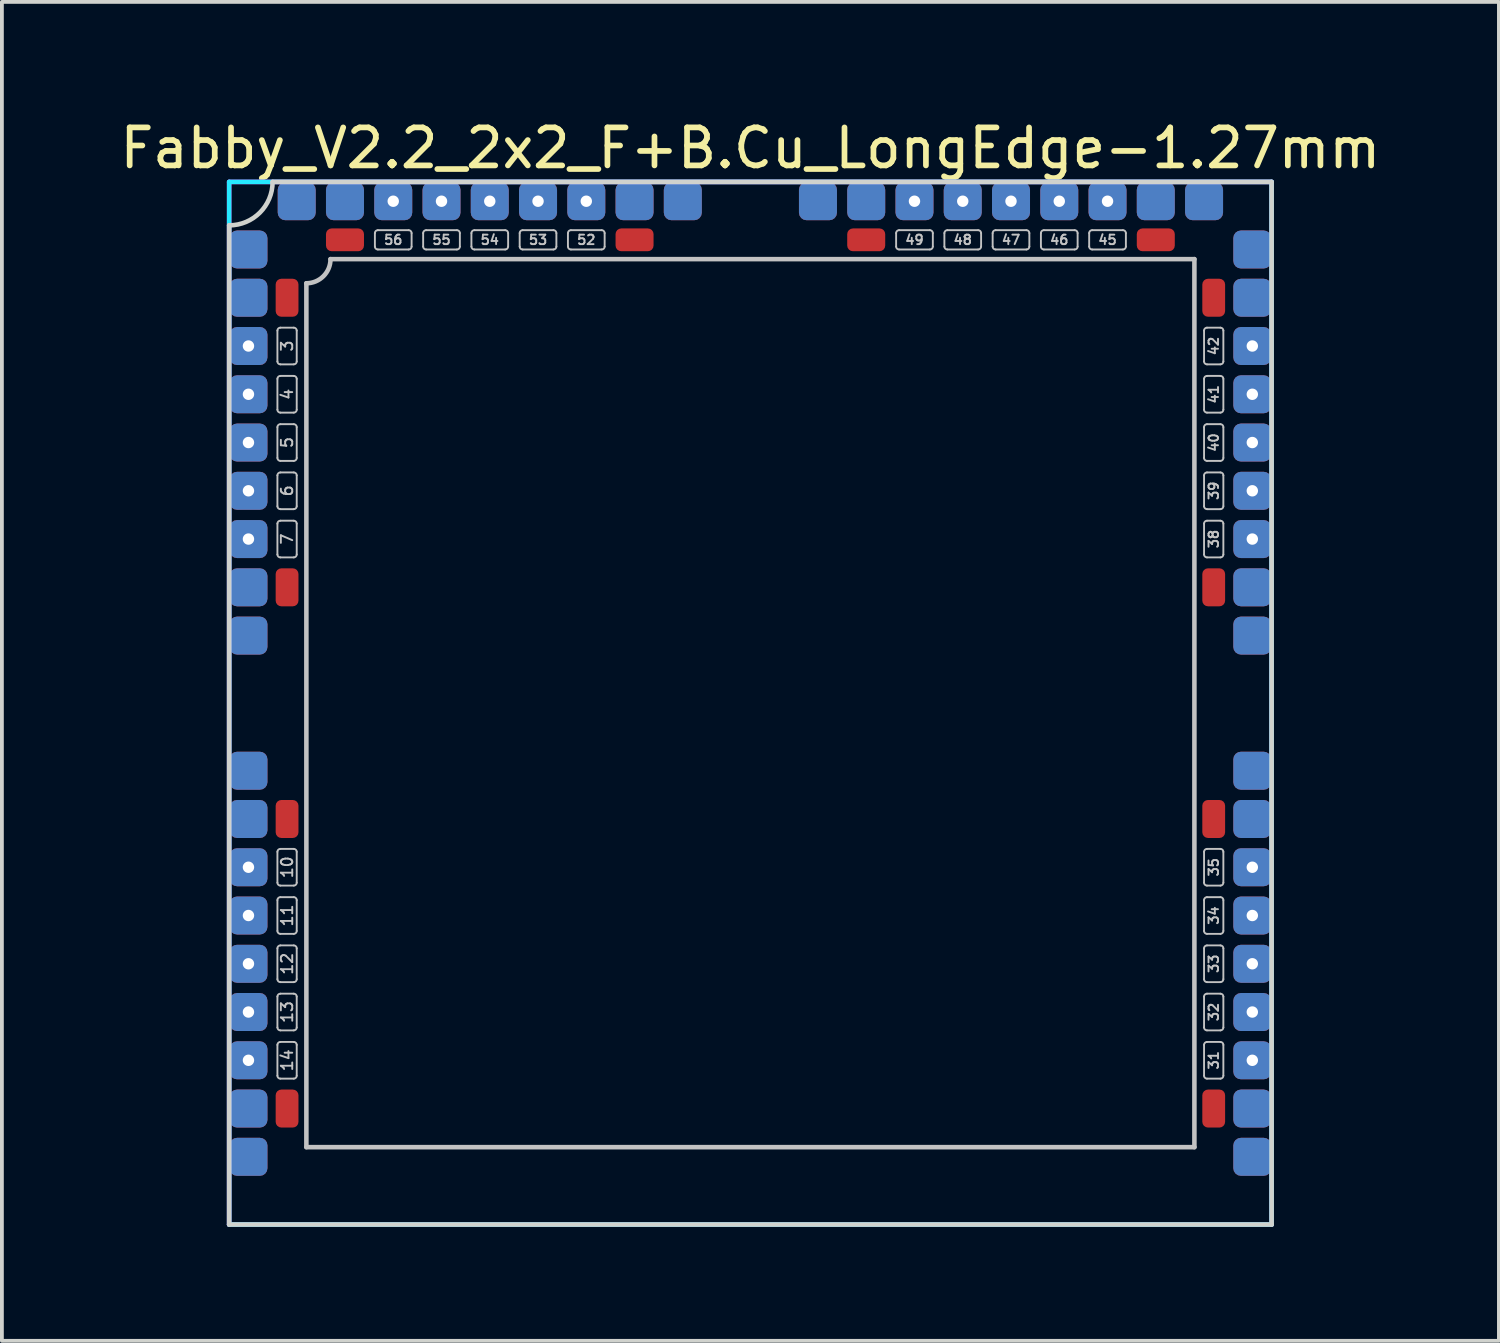
<source format=kicad_pcb>
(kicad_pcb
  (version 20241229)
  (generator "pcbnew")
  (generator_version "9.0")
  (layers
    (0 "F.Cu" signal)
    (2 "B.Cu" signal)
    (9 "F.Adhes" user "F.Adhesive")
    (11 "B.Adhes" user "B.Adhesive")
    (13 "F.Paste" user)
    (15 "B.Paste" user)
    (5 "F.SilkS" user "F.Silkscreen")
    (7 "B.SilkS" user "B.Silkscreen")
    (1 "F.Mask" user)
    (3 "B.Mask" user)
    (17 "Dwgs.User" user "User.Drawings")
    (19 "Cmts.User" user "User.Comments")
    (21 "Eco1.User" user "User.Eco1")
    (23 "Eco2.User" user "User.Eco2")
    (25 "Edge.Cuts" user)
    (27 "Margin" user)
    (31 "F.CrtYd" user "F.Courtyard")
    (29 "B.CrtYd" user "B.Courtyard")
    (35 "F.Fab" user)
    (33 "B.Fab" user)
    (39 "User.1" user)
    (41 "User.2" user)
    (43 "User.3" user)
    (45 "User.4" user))
  (footprint "Fabby_V2.2_2x2_F+B.Cu_LongEdge-1.27mm"
    (layer "F.Cu")
    (at 16.696 15.453)
    (property "Reference" "Fabby_V2.2_2x2_F+B.Cu_LongEdge-1.27mm" (at 0 -14.605 0) (layer "F.SilkS") (effects (font (size 1 1) (thickness 0.15))))
    (attr through_hole)
    (fp_line (start -12.446 -8.992) (end -12.446 -9.804) (stroke (width 0.05) (type solid)) (layer "Dwgs.User"))
    (fp_line (start -12.446 -7.722) (end -12.446 -8.534) (stroke (width 0.05) (type solid)) (layer "Dwgs.User"))
    (fp_line (start -12.446 -6.452) (end -12.446 -7.264) (stroke (width 0.05) (type solid)) (layer "Dwgs.User"))
    (fp_line (start -12.446 -5.182) (end -12.446 -5.994) (stroke (width 0.05) (type solid)) (layer "Dwgs.User"))
    (fp_line (start -12.446 -3.912) (end -12.446 -4.724) (stroke (width 0.05) (type solid)) (layer "Dwgs.User"))
    (fp_line (start -12.446 4.724) (end -12.446 3.912) (stroke (width 0.05) (type solid)) (layer "Dwgs.User"))
    (fp_line (start -12.446 5.994) (end -12.446 5.182) (stroke (width 0.05) (type solid)) (layer "Dwgs.User"))
    (fp_line (start -12.446 7.264) (end -12.446 6.452) (stroke (width 0.05) (type solid)) (layer "Dwgs.User"))
    (fp_line (start -12.446 8.534) (end -12.446 7.722) (stroke (width 0.05) (type solid)) (layer "Dwgs.User"))
    (fp_line (start -12.446 9.804) (end -12.446 8.992) (stroke (width 0.05) (type solid)) (layer "Dwgs.User"))
    (fp_line (start -12.37 -9.881) (end -12.014 -9.881) (stroke (width 0.05) (type solid)) (layer "Dwgs.User"))
    (fp_line (start -12.37 -8.915) (end -12.014 -8.915) (stroke (width 0.05) (type solid)) (layer "Dwgs.User"))
    (fp_line (start -12.37 -8.611) (end -12.014 -8.611) (stroke (width 0.05) (type solid)) (layer "Dwgs.User"))
    (fp_line (start -12.37 -7.645) (end -12.014 -7.645) (stroke (width 0.05) (type solid)) (layer "Dwgs.User"))
    (fp_line (start -12.37 -7.341) (end -12.014 -7.341) (stroke (width 0.05) (type solid)) (layer "Dwgs.User"))
    (fp_line (start -12.37 -6.375) (end -12.014 -6.375) (stroke (width 0.05) (type solid)) (layer "Dwgs.User"))
    (fp_line (start -12.37 -6.071) (end -12.014 -6.071) (stroke (width 0.05) (type solid)) (layer "Dwgs.User"))
    (fp_line (start -12.37 -5.105) (end -12.014 -5.105) (stroke (width 0.05) (type solid)) (layer "Dwgs.User"))
    (fp_line (start -12.37 -4.801) (end -12.014 -4.801) (stroke (width 0.05) (type solid)) (layer "Dwgs.User"))
    (fp_line (start -12.37 -3.835) (end -12.014 -3.835) (stroke (width 0.05) (type solid)) (layer "Dwgs.User"))
    (fp_line (start -12.37 3.835) (end -12.014 3.835) (stroke (width 0.05) (type solid)) (layer "Dwgs.User"))
    (fp_line (start -12.37 4.801) (end -12.014 4.801) (stroke (width 0.05) (type solid)) (layer "Dwgs.User"))
    (fp_line (start -12.37 5.105) (end -12.014 5.105) (stroke (width 0.05) (type solid)) (layer "Dwgs.User"))
    (fp_line (start -12.37 6.071) (end -12.014 6.071) (stroke (width 0.05) (type solid)) (layer "Dwgs.User"))
    (fp_line (start -12.37 6.375) (end -12.014 6.375) (stroke (width 0.05) (type solid)) (layer "Dwgs.User"))
    (fp_line (start -12.37 7.341) (end -12.014 7.341) (stroke (width 0.05) (type solid)) (layer "Dwgs.User"))
    (fp_line (start -12.37 7.645) (end -12.014 7.645) (stroke (width 0.05) (type solid)) (layer "Dwgs.User"))
    (fp_line (start -12.37 8.611) (end -12.014 8.611) (stroke (width 0.05) (type solid)) (layer "Dwgs.User"))
    (fp_line (start -12.37 8.915) (end -12.014 8.915) (stroke (width 0.05) (type solid)) (layer "Dwgs.User"))
    (fp_line (start -12.37 9.881) (end -12.014 9.881) (stroke (width 0.05) (type solid)) (layer "Dwgs.User"))
    (fp_line (start -11.938 -8.992) (end -11.938 -9.804) (stroke (width 0.05) (type solid)) (layer "Dwgs.User"))
    (fp_line (start -11.938 -7.722) (end -11.938 -8.534) (stroke (width 0.05) (type solid)) (layer "Dwgs.User"))
    (fp_line (start -11.938 -6.452) (end -11.938 -7.264) (stroke (width 0.05) (type solid)) (layer "Dwgs.User"))
    (fp_line (start -11.938 -5.182) (end -11.938 -5.994) (stroke (width 0.05) (type solid)) (layer "Dwgs.User"))
    (fp_line (start -11.938 -3.912) (end -11.938 -4.724) (stroke (width 0.05) (type solid)) (layer "Dwgs.User"))
    (fp_line (start -11.938 4.724) (end -11.938 3.912) (stroke (width 0.05) (type solid)) (layer "Dwgs.User"))
    (fp_line (start -11.938 5.994) (end -11.938 5.182) (stroke (width 0.05) (type solid)) (layer "Dwgs.User"))
    (fp_line (start -11.938 7.264) (end -11.938 6.452) (stroke (width 0.05) (type solid)) (layer "Dwgs.User"))
    (fp_line (start -11.938 8.534) (end -11.938 7.722) (stroke (width 0.05) (type solid)) (layer "Dwgs.User"))
    (fp_line (start -11.938 9.804) (end -11.938 8.992) (stroke (width 0.05) (type solid)) (layer "Dwgs.User"))
    (fp_line (start -11.684 11.684) (end -11.684 -11.049) (stroke (width 0.12) (type solid)) (layer "Dwgs.User"))
    (fp_line (start -11.049 -11.684) (end 11.684 -11.684) (stroke (width 0.12) (type solid)) (layer "Dwgs.User"))
    (fp_line (start -9.881 -12.014) (end -9.881 -12.37) (stroke (width 0.05) (type solid)) (layer "Dwgs.User"))
    (fp_line (start -8.992 -12.446) (end -9.804 -12.446) (stroke (width 0.05) (type solid)) (layer "Dwgs.User"))
    (fp_line (start -8.992 -11.938) (end -9.804 -11.938) (stroke (width 0.05) (type solid)) (layer "Dwgs.User"))
    (fp_line (start -8.915 -12.014) (end -8.915 -12.37) (stroke (width 0.05) (type solid)) (layer "Dwgs.User"))
    (fp_line (start -8.611 -12.014) (end -8.611 -12.37) (stroke (width 0.05) (type solid)) (layer "Dwgs.User"))
    (fp_line (start -7.722 -12.446) (end -8.534 -12.446) (stroke (width 0.05) (type solid)) (layer "Dwgs.User"))
    (fp_line (start -7.722 -11.938) (end -8.534 -11.938) (stroke (width 0.05) (type solid)) (layer "Dwgs.User"))
    (fp_line (start -7.645 -12.014) (end -7.645 -12.37) (stroke (width 0.05) (type solid)) (layer "Dwgs.User"))
    (fp_line (start -7.341 -12.014) (end -7.341 -12.37) (stroke (width 0.05) (type solid)) (layer "Dwgs.User"))
    (fp_line (start -6.452 -12.446) (end -7.264 -12.446) (stroke (width 0.05) (type solid)) (layer "Dwgs.User"))
    (fp_line (start -6.452 -11.938) (end -7.264 -11.938) (stroke (width 0.05) (type solid)) (layer "Dwgs.User"))
    (fp_line (start -6.375 -12.014) (end -6.375 -12.37) (stroke (width 0.05) (type solid)) (layer "Dwgs.User"))
    (fp_line (start -6.071 -12.014) (end -6.071 -12.37) (stroke (width 0.05) (type solid)) (layer "Dwgs.User"))
    (fp_line (start -5.182 -12.446) (end -5.994 -12.446) (stroke (width 0.05) (type solid)) (layer "Dwgs.User"))
    (fp_line (start -5.182 -11.938) (end -5.994 -11.938) (stroke (width 0.05) (type solid)) (layer "Dwgs.User"))
    (fp_line (start -5.105 -12.014) (end -5.105 -12.37) (stroke (width 0.05) (type solid)) (layer "Dwgs.User"))
    (fp_line (start -4.801 -12.014) (end -4.801 -12.37) (stroke (width 0.05) (type solid)) (layer "Dwgs.User"))
    (fp_line (start -3.912 -12.446) (end -4.724 -12.446) (stroke (width 0.05) (type solid)) (layer "Dwgs.User"))
    (fp_line (start -3.912 -11.938) (end -4.724 -11.938) (stroke (width 0.05) (type solid)) (layer "Dwgs.User"))
    (fp_line (start -3.835 -12.014) (end -3.835 -12.37) (stroke (width 0.05) (type solid)) (layer "Dwgs.User"))
    (fp_line (start 3.835 -12.014) (end 3.835 -12.37) (stroke (width 0.05) (type solid)) (layer "Dwgs.User"))
    (fp_line (start 4.724 -12.446) (end 3.912 -12.446) (stroke (width 0.05) (type solid)) (layer "Dwgs.User"))
    (fp_line (start 4.724 -11.938) (end 3.912 -11.938) (stroke (width 0.05) (type solid)) (layer "Dwgs.User"))
    (fp_line (start 4.801 -12.014) (end 4.801 -12.37) (stroke (width 0.05) (type solid)) (layer "Dwgs.User"))
    (fp_line (start 5.105 -12.014) (end 5.105 -12.37) (stroke (width 0.05) (type solid)) (layer "Dwgs.User"))
    (fp_line (start 5.994 -12.446) (end 5.182 -12.446) (stroke (width 0.05) (type solid)) (layer "Dwgs.User"))
    (fp_line (start 5.994 -11.938) (end 5.182 -11.938) (stroke (width 0.05) (type solid)) (layer "Dwgs.User"))
    (fp_line (start 6.071 -12.014) (end 6.071 -12.37) (stroke (width 0.05) (type solid)) (layer "Dwgs.User"))
    (fp_line (start 6.375 -12.014) (end 6.375 -12.37) (stroke (width 0.05) (type solid)) (layer "Dwgs.User"))
    (fp_line (start 7.264 -12.446) (end 6.452 -12.446) (stroke (width 0.05) (type solid)) (layer "Dwgs.User"))
    (fp_line (start 7.264 -11.938) (end 6.452 -11.938) (stroke (width 0.05) (type solid)) (layer "Dwgs.User"))
    (fp_line (start 7.341 -12.014) (end 7.341 -12.37) (stroke (width 0.05) (type solid)) (layer "Dwgs.User"))
    (fp_line (start 7.645 -12.014) (end 7.645 -12.37) (stroke (width 0.05) (type solid)) (layer "Dwgs.User"))
    (fp_line (start 8.534 -12.446) (end 7.722 -12.446) (stroke (width 0.05) (type solid)) (layer "Dwgs.User"))
    (fp_line (start 8.534 -11.938) (end 7.722 -11.938) (stroke (width 0.05) (type solid)) (layer "Dwgs.User"))
    (fp_line (start 8.611 -12.014) (end 8.611 -12.37) (stroke (width 0.05) (type solid)) (layer "Dwgs.User"))
    (fp_line (start 8.915 -12.014) (end 8.915 -12.37) (stroke (width 0.05) (type solid)) (layer "Dwgs.User"))
    (fp_line (start 9.804 -12.446) (end 8.992 -12.446) (stroke (width 0.05) (type solid)) (layer "Dwgs.User"))
    (fp_line (start 9.804 -11.938) (end 8.992 -11.938) (stroke (width 0.05) (type solid)) (layer "Dwgs.User"))
    (fp_line (start 9.881 -12.014) (end 9.881 -12.37) (stroke (width 0.05) (type solid)) (layer "Dwgs.User"))
    (fp_line (start 11.684 -11.684) (end 11.684 11.684) (stroke (width 0.12) (type solid)) (layer "Dwgs.User"))
    (fp_line (start 11.684 11.684) (end -11.684 11.684) (stroke (width 0.12) (type solid)) (layer "Dwgs.User"))
    (fp_line (start 11.938 -8.992) (end 11.938 -9.804) (stroke (width 0.05) (type solid)) (layer "Dwgs.User"))
    (fp_line (start 11.938 -7.722) (end 11.938 -8.534) (stroke (width 0.05) (type solid)) (layer "Dwgs.User"))
    (fp_line (start 11.938 -6.452) (end 11.938 -7.264) (stroke (width 0.05) (type solid)) (layer "Dwgs.User"))
    (fp_line (start 11.938 -5.182) (end 11.938 -5.994) (stroke (width 0.05) (type solid)) (layer "Dwgs.User"))
    (fp_line (start 11.938 -3.912) (end 11.938 -4.724) (stroke (width 0.05) (type solid)) (layer "Dwgs.User"))
    (fp_line (start 11.938 4.724) (end 11.938 3.912) (stroke (width 0.05) (type solid)) (layer "Dwgs.User"))
    (fp_line (start 11.938 5.994) (end 11.938 5.182) (stroke (width 0.05) (type solid)) (layer "Dwgs.User"))
    (fp_line (start 11.938 7.264) (end 11.938 6.452) (stroke (width 0.05) (type solid)) (layer "Dwgs.User"))
    (fp_line (start 11.938 8.534) (end 11.938 7.722) (stroke (width 0.05) (type solid)) (layer "Dwgs.User"))
    (fp_line (start 11.938 9.804) (end 11.938 8.992) (stroke (width 0.05) (type solid)) (layer "Dwgs.User"))
    (fp_line (start 12.014 -9.881) (end 12.37 -9.881) (stroke (width 0.05) (type solid)) (layer "Dwgs.User"))
    (fp_line (start 12.014 -8.915) (end 12.37 -8.915) (stroke (width 0.05) (type solid)) (layer "Dwgs.User"))
    (fp_line (start 12.014 -8.611) (end 12.37 -8.611) (stroke (width 0.05) (type solid)) (layer "Dwgs.User"))
    (fp_line (start 12.014 -7.645) (end 12.37 -7.645) (stroke (width 0.05) (type solid)) (layer "Dwgs.User"))
    (fp_line (start 12.014 -7.341) (end 12.37 -7.341) (stroke (width 0.05) (type solid)) (layer "Dwgs.User"))
    (fp_line (start 12.014 -6.375) (end 12.37 -6.375) (stroke (width 0.05) (type solid)) (layer "Dwgs.User"))
    (fp_line (start 12.014 -6.071) (end 12.37 -6.071) (stroke (width 0.05) (type solid)) (layer "Dwgs.User"))
    (fp_line (start 12.014 -5.105) (end 12.37 -5.105) (stroke (width 0.05) (type solid)) (layer "Dwgs.User"))
    (fp_line (start 12.014 -4.801) (end 12.37 -4.801) (stroke (width 0.05) (type solid)) (layer "Dwgs.User"))
    (fp_line (start 12.014 -3.835) (end 12.37 -3.835) (stroke (width 0.05) (type solid)) (layer "Dwgs.User"))
    (fp_line (start 12.014 3.835) (end 12.37 3.835) (stroke (width 0.05) (type solid)) (layer "Dwgs.User"))
    (fp_line (start 12.014 4.801) (end 12.37 4.801) (stroke (width 0.05) (type solid)) (layer "Dwgs.User"))
    (fp_line (start 12.014 5.105) (end 12.37 5.105) (stroke (width 0.05) (type solid)) (layer "Dwgs.User"))
    (fp_line (start 12.014 6.071) (end 12.37 6.071) (stroke (width 0.05) (type solid)) (layer "Dwgs.User"))
    (fp_line (start 12.014 6.375) (end 12.37 6.375) (stroke (width 0.05) (type solid)) (layer "Dwgs.User"))
    (fp_line (start 12.014 7.341) (end 12.37 7.341) (stroke (width 0.05) (type solid)) (layer "Dwgs.User"))
    (fp_line (start 12.014 7.645) (end 12.37 7.645) (stroke (width 0.05) (type solid)) (layer "Dwgs.User"))
    (fp_line (start 12.014 8.611) (end 12.37 8.611) (stroke (width 0.05) (type solid)) (layer "Dwgs.User"))
    (fp_line (start 12.014 8.915) (end 12.37 8.915) (stroke (width 0.05) (type solid)) (layer "Dwgs.User"))
    (fp_line (start 12.014 9.881) (end 12.37 9.881) (stroke (width 0.05) (type solid)) (layer "Dwgs.User"))
    (fp_line (start 12.446 -8.992) (end 12.446 -9.804) (stroke (width 0.05) (type solid)) (layer "Dwgs.User"))
    (fp_line (start 12.446 -7.722) (end 12.446 -8.534) (stroke (width 0.05) (type solid)) (layer "Dwgs.User"))
    (fp_line (start 12.446 -6.452) (end 12.446 -7.264) (stroke (width 0.05) (type solid)) (layer "Dwgs.User"))
    (fp_line (start 12.446 -5.182) (end 12.446 -5.994) (stroke (width 0.05) (type solid)) (layer "Dwgs.User"))
    (fp_line (start 12.446 -3.912) (end 12.446 -4.724) (stroke (width 0.05) (type solid)) (layer "Dwgs.User"))
    (fp_line (start 12.446 4.724) (end 12.446 3.912) (stroke (width 0.05) (type solid)) (layer "Dwgs.User"))
    (fp_line (start 12.446 5.994) (end 12.446 5.182) (stroke (width 0.05) (type solid)) (layer "Dwgs.User"))
    (fp_line (start 12.446 7.264) (end 12.446 6.452) (stroke (width 0.05) (type solid)) (layer "Dwgs.User"))
    (fp_line (start 12.446 8.534) (end 12.446 7.722) (stroke (width 0.05) (type solid)) (layer "Dwgs.User"))
    (fp_line (start 12.446 9.804) (end 12.446 8.992) (stroke (width 0.05) (type solid)) (layer "Dwgs.User"))
    (fp_arc (start -12.446 -9.8044) (mid -12.423682 -9.858282) (end -12.3698 -9.8806) (stroke (width 0.05) (type solid)) (layer "Dwgs.User"))
    (fp_arc (start -12.446 -8.5344) (mid -12.423682 -8.588282) (end -12.3698 -8.6106) (stroke (width 0.05) (type solid)) (layer "Dwgs.User"))
    (fp_arc (start -12.446 -7.2644) (mid -12.423682 -7.318282) (end -12.3698 -7.3406) (stroke (width 0.05) (type solid)) (layer "Dwgs.User"))
    (fp_arc (start -12.446 -5.9944) (mid -12.423682 -6.048282) (end -12.3698 -6.0706) (stroke (width 0.05) (type solid)) (layer "Dwgs.User"))
    (fp_arc (start -12.446 -4.7244) (mid -12.423682 -4.778282) (end -12.3698 -4.8006) (stroke (width 0.05) (type solid)) (layer "Dwgs.User"))
    (fp_arc (start -12.446 3.9116) (mid -12.423682 3.857718) (end -12.3698 3.8354) (stroke (width 0.05) (type solid)) (layer "Dwgs.User"))
    (fp_arc (start -12.446 5.1816) (mid -12.423682 5.127718) (end -12.3698 5.1054) (stroke (width 0.05) (type solid)) (layer "Dwgs.User"))
    (fp_arc (start -12.446 6.4516) (mid -12.423682 6.397718) (end -12.3698 6.3754) (stroke (width 0.05) (type solid)) (layer "Dwgs.User"))
    (fp_arc (start -12.446 7.7216) (mid -12.423682 7.667718) (end -12.3698 7.6454) (stroke (width 0.05) (type solid)) (layer "Dwgs.User"))
    (fp_arc (start -12.446 8.9916) (mid -12.423682 8.937718) (end -12.3698 8.9154) (stroke (width 0.05) (type solid)) (layer "Dwgs.User"))
    (fp_arc (start -12.3698 -8.9154) (mid -12.423682 -8.937718) (end -12.446 -8.9916) (stroke (width 0.05) (type solid)) (layer "Dwgs.User"))
    (fp_arc (start -12.3698 -7.6454) (mid -12.423682 -7.667718) (end -12.446 -7.7216) (stroke (width 0.05) (type solid)) (layer "Dwgs.User"))
    (fp_arc (start -12.3698 -6.3754) (mid -12.423682 -6.397718) (end -12.446 -6.4516) (stroke (width 0.05) (type solid)) (layer "Dwgs.User"))
    (fp_arc (start -12.3698 -5.1054) (mid -12.423682 -5.127718) (end -12.446 -5.1816) (stroke (width 0.05) (type solid)) (layer "Dwgs.User"))
    (fp_arc (start -12.3698 -3.8354) (mid -12.423682 -3.857718) (end -12.446 -3.9116) (stroke (width 0.05) (type solid)) (layer "Dwgs.User"))
    (fp_arc (start -12.3698 4.8006) (mid -12.423682 4.778282) (end -12.446 4.7244) (stroke (width 0.05) (type solid)) (layer "Dwgs.User"))
    (fp_arc (start -12.3698 6.0706) (mid -12.423682 6.048282) (end -12.446 5.9944) (stroke (width 0.05) (type solid)) (layer "Dwgs.User"))
    (fp_arc (start -12.3698 7.3406) (mid -12.423682 7.318282) (end -12.446 7.2644) (stroke (width 0.05) (type solid)) (layer "Dwgs.User"))
    (fp_arc (start -12.3698 8.6106) (mid -12.423682 8.588282) (end -12.446 8.5344) (stroke (width 0.05) (type solid)) (layer "Dwgs.User"))
    (fp_arc (start -12.3698 9.8806) (mid -12.423682 9.858282) (end -12.446 9.8044) (stroke (width 0.05) (type solid)) (layer "Dwgs.User"))
    (fp_arc (start -12.0142 -9.8806) (mid -11.960318 -9.858282) (end -11.938 -9.8044) (stroke (width 0.05) (type solid)) (layer "Dwgs.User"))
    (fp_arc (start -12.0142 -8.6106) (mid -11.960318 -8.588282) (end -11.938 -8.5344) (stroke (width 0.05) (type solid)) (layer "Dwgs.User"))
    (fp_arc (start -12.0142 -7.3406) (mid -11.960318 -7.318282) (end -11.938 -7.2644) (stroke (width 0.05) (type solid)) (layer "Dwgs.User"))
    (fp_arc (start -12.0142 -6.0706) (mid -11.960318 -6.048282) (end -11.938 -5.9944) (stroke (width 0.05) (type solid)) (layer "Dwgs.User"))
    (fp_arc (start -12.0142 -4.8006) (mid -11.960318 -4.778282) (end -11.938 -4.7244) (stroke (width 0.05) (type solid)) (layer "Dwgs.User"))
    (fp_arc (start -12.0142 3.8354) (mid -11.960318 3.857718) (end -11.938 3.9116) (stroke (width 0.05) (type solid)) (layer "Dwgs.User"))
    (fp_arc (start -12.0142 5.1054) (mid -11.960318 5.127718) (end -11.938 5.1816) (stroke (width 0.05) (type solid)) (layer "Dwgs.User"))
    (fp_arc (start -12.0142 6.3754) (mid -11.960318 6.397718) (end -11.938 6.4516) (stroke (width 0.05) (type solid)) (layer "Dwgs.User"))
    (fp_arc (start -12.0142 7.6454) (mid -11.960318 7.667718) (end -11.938 7.7216) (stroke (width 0.05) (type solid)) (layer "Dwgs.User"))
    (fp_arc (start -12.0142 8.9154) (mid -11.960318 8.937718) (end -11.938 8.9916) (stroke (width 0.05) (type solid)) (layer "Dwgs.User"))
    (fp_arc (start -11.938 -8.9916) (mid -11.960318 -8.937718) (end -12.0142 -8.9154) (stroke (width 0.05) (type solid)) (layer "Dwgs.User"))
    (fp_arc (start -11.938 -7.7216) (mid -11.960318 -7.667718) (end -12.0142 -7.6454) (stroke (width 0.05) (type solid)) (layer "Dwgs.User"))
    (fp_arc (start -11.938 -6.4516) (mid -11.960318 -6.397718) (end -12.0142 -6.3754) (stroke (width 0.05) (type solid)) (layer "Dwgs.User"))
    (fp_arc (start -11.938 -5.1816) (mid -11.960318 -5.127718) (end -12.0142 -5.1054) (stroke (width 0.05) (type solid)) (layer "Dwgs.User"))
    (fp_arc (start -11.938 -3.9116) (mid -11.960318 -3.857718) (end -12.0142 -3.8354) (stroke (width 0.05) (type solid)) (layer "Dwgs.User"))
    (fp_arc (start -11.938 4.7244) (mid -11.960318 4.778282) (end -12.0142 4.8006) (stroke (width 0.05) (type solid)) (layer "Dwgs.User"))
    (fp_arc (start -11.938 5.9944) (mid -11.960318 6.048282) (end -12.0142 6.0706) (stroke (width 0.05) (type solid)) (layer "Dwgs.User"))
    (fp_arc (start -11.938 7.2644) (mid -11.960318 7.318282) (end -12.0142 7.3406) (stroke (width 0.05) (type solid)) (layer "Dwgs.User"))
    (fp_arc (start -11.938 8.5344) (mid -11.960318 8.588282) (end -12.0142 8.6106) (stroke (width 0.05) (type solid)) (layer "Dwgs.User"))
    (fp_arc (start -11.938 9.8044) (mid -11.960318 9.858282) (end -12.0142 9.8806) (stroke (width 0.05) (type solid)) (layer "Dwgs.User"))
    (fp_arc (start -11.049 -11.684) (mid -11.234987 -11.234987) (end -11.684 -11.049) (stroke (width 0.12) (type solid)) (layer "Dwgs.User"))
    (fp_arc (start -9.8806 -12.3698) (mid -9.858282 -12.423682) (end -9.8044 -12.446) (stroke (width 0.05) (type solid)) (layer "Dwgs.User"))
    (fp_arc (start -9.8044 -11.938) (mid -9.858282 -11.960318) (end -9.8806 -12.0142) (stroke (width 0.05) (type solid)) (layer "Dwgs.User"))
    (fp_arc (start -8.9916 -12.446) (mid -8.937718 -12.423682) (end -8.9154 -12.3698) (stroke (width 0.05) (type solid)) (layer "Dwgs.User"))
    (fp_arc (start -8.9154 -12.0142) (mid -8.937718 -11.960318) (end -8.9916 -11.938) (stroke (width 0.05) (type solid)) (layer "Dwgs.User"))
    (fp_arc (start -8.6106 -12.3698) (mid -8.588282 -12.423682) (end -8.5344 -12.446) (stroke (width 0.05) (type solid)) (layer "Dwgs.User"))
    (fp_arc (start -8.5344 -11.938) (mid -8.588282 -11.960318) (end -8.6106 -12.0142) (stroke (width 0.05) (type solid)) (layer "Dwgs.User"))
    (fp_arc (start -7.7216 -12.446) (mid -7.667718 -12.423682) (end -7.6454 -12.3698) (stroke (width 0.05) (type solid)) (layer "Dwgs.User"))
    (fp_arc (start -7.6454 -12.0142) (mid -7.667718 -11.960318) (end -7.7216 -11.938) (stroke (width 0.05) (type solid)) (layer "Dwgs.User"))
    (fp_arc (start -7.3406 -12.3698) (mid -7.318282 -12.423682) (end -7.2644 -12.446) (stroke (width 0.05) (type solid)) (layer "Dwgs.User"))
    (fp_arc (start -7.2644 -11.938) (mid -7.318282 -11.960318) (end -7.3406 -12.0142) (stroke (width 0.05) (type solid)) (layer "Dwgs.User"))
    (fp_arc (start -6.4516 -12.446) (mid -6.397718 -12.423682) (end -6.3754 -12.3698) (stroke (width 0.05) (type solid)) (layer "Dwgs.User"))
    (fp_arc (start -6.3754 -12.0142) (mid -6.397718 -11.960318) (end -6.4516 -11.938) (stroke (width 0.05) (type solid)) (layer "Dwgs.User"))
    (fp_arc (start -6.0706 -12.3698) (mid -6.048282 -12.423682) (end -5.9944 -12.446) (stroke (width 0.05) (type solid)) (layer "Dwgs.User"))
    (fp_arc (start -5.9944 -11.938) (mid -6.048282 -11.960318) (end -6.0706 -12.0142) (stroke (width 0.05) (type solid)) (layer "Dwgs.User"))
    (fp_arc (start -5.1816 -12.446) (mid -5.127718 -12.423682) (end -5.1054 -12.3698) (stroke (width 0.05) (type solid)) (layer "Dwgs.User"))
    (fp_arc (start -5.1054 -12.0142) (mid -5.127718 -11.960318) (end -5.1816 -11.938) (stroke (width 0.05) (type solid)) (layer "Dwgs.User"))
    (fp_arc (start -4.8006 -12.3698) (mid -4.778282 -12.423682) (end -4.7244 -12.446) (stroke (width 0.05) (type solid)) (layer "Dwgs.User"))
    (fp_arc (start -4.7244 -11.938) (mid -4.778282 -11.960318) (end -4.8006 -12.0142) (stroke (width 0.05) (type solid)) (layer "Dwgs.User"))
    (fp_arc (start -3.9116 -12.446) (mid -3.857718 -12.423682) (end -3.8354 -12.3698) (stroke (width 0.05) (type solid)) (layer "Dwgs.User"))
    (fp_arc (start -3.8354 -12.0142) (mid -3.857718 -11.960318) (end -3.9116 -11.938) (stroke (width 0.05) (type solid)) (layer "Dwgs.User"))
    (fp_arc (start 3.8354 -12.3698) (mid 3.857718 -12.423682) (end 3.9116 -12.446) (stroke (width 0.05) (type solid)) (layer "Dwgs.User"))
    (fp_arc (start 3.9116 -11.938) (mid 3.857718 -11.960318) (end 3.8354 -12.0142) (stroke (width 0.05) (type solid)) (layer "Dwgs.User"))
    (fp_arc (start 4.7244 -12.446) (mid 4.778282 -12.423682) (end 4.8006 -12.3698) (stroke (width 0.05) (type solid)) (layer "Dwgs.User"))
    (fp_arc (start 4.8006 -12.0142) (mid 4.778282 -11.960318) (end 4.7244 -11.938) (stroke (width 0.05) (type solid)) (layer "Dwgs.User"))
    (fp_arc (start 5.1054 -12.3698) (mid 5.127718 -12.423682) (end 5.1816 -12.446) (stroke (width 0.05) (type solid)) (layer "Dwgs.User"))
    (fp_arc (start 5.1816 -11.938) (mid 5.127718 -11.960318) (end 5.1054 -12.0142) (stroke (width 0.05) (type solid)) (layer "Dwgs.User"))
    (fp_arc (start 5.9944 -12.446) (mid 6.048282 -12.423682) (end 6.0706 -12.3698) (stroke (width 0.05) (type solid)) (layer "Dwgs.User"))
    (fp_arc (start 6.0706 -12.0142) (mid 6.048282 -11.960318) (end 5.9944 -11.938) (stroke (width 0.05) (type solid)) (layer "Dwgs.User"))
    (fp_arc (start 6.3754 -12.3698) (mid 6.397718 -12.423682) (end 6.4516 -12.446) (stroke (width 0.05) (type solid)) (layer "Dwgs.User"))
    (fp_arc (start 6.4516 -11.938) (mid 6.397718 -11.960318) (end 6.3754 -12.0142) (stroke (width 0.05) (type solid)) (layer "Dwgs.User"))
    (fp_arc (start 7.2644 -12.446) (mid 7.318282 -12.423682) (end 7.3406 -12.3698) (stroke (width 0.05) (type solid)) (layer "Dwgs.User"))
    (fp_arc (start 7.3406 -12.0142) (mid 7.318282 -11.960318) (end 7.2644 -11.938) (stroke (width 0.05) (type solid)) (layer "Dwgs.User"))
    (fp_arc (start 7.6454 -12.3698) (mid 7.667718 -12.423682) (end 7.7216 -12.446) (stroke (width 0.05) (type solid)) (layer "Dwgs.User"))
    (fp_arc (start 7.7216 -11.938) (mid 7.667718 -11.960318) (end 7.6454 -12.0142) (stroke (width 0.05) (type solid)) (layer "Dwgs.User"))
    (fp_arc (start 8.5344 -12.446) (mid 8.588282 -12.423682) (end 8.6106 -12.3698) (stroke (width 0.05) (type solid)) (layer "Dwgs.User"))
    (fp_arc (start 8.6106 -12.0142) (mid 8.588282 -11.960318) (end 8.5344 -11.938) (stroke (width 0.05) (type solid)) (layer "Dwgs.User"))
    (fp_arc (start 8.9154 -12.3698) (mid 8.937718 -12.423682) (end 8.9916 -12.446) (stroke (width 0.05) (type solid)) (layer "Dwgs.User"))
    (fp_arc (start 8.9916 -11.938) (mid 8.937718 -11.960318) (end 8.9154 -12.0142) (stroke (width 0.05) (type solid)) (layer "Dwgs.User"))
    (fp_arc (start 9.8044 -12.446) (mid 9.858282 -12.423682) (end 9.8806 -12.3698) (stroke (width 0.05) (type solid)) (layer "Dwgs.User"))
    (fp_arc (start 9.8806 -12.0142) (mid 9.858282 -11.960318) (end 9.8044 -11.938) (stroke (width 0.05) (type solid)) (layer "Dwgs.User"))
    (fp_arc (start 11.938 -9.8044) (mid 11.960318 -9.858282) (end 12.0142 -9.8806) (stroke (width 0.05) (type solid)) (layer "Dwgs.User"))
    (fp_arc (start 11.938 -8.5344) (mid 11.960318 -8.588282) (end 12.0142 -8.6106) (stroke (width 0.05) (type solid)) (layer "Dwgs.User"))
    (fp_arc (start 11.938 -7.2644) (mid 11.960318 -7.318282) (end 12.0142 -7.3406) (stroke (width 0.05) (type solid)) (layer "Dwgs.User"))
    (fp_arc (start 11.938 -5.9944) (mid 11.960318 -6.048282) (end 12.0142 -6.0706) (stroke (width 0.05) (type solid)) (layer "Dwgs.User"))
    (fp_arc (start 11.938 -4.7244) (mid 11.960318 -4.778282) (end 12.0142 -4.8006) (stroke (width 0.05) (type solid)) (layer "Dwgs.User"))
    (fp_arc (start 11.938 3.9116) (mid 11.960318 3.857718) (end 12.0142 3.8354) (stroke (width 0.05) (type solid)) (layer "Dwgs.User"))
    (fp_arc (start 11.938 5.1816) (mid 11.960318 5.127718) (end 12.0142 5.1054) (stroke (width 0.05) (type solid)) (layer "Dwgs.User"))
    (fp_arc (start 11.938 6.4516) (mid 11.960318 6.397718) (end 12.0142 6.3754) (stroke (width 0.05) (type solid)) (layer "Dwgs.User"))
    (fp_arc (start 11.938 7.7216) (mid 11.960318 7.667718) (end 12.0142 7.6454) (stroke (width 0.05) (type solid)) (layer "Dwgs.User"))
    (fp_arc (start 11.938 8.9916) (mid 11.960318 8.937718) (end 12.0142 8.9154) (stroke (width 0.05) (type solid)) (layer "Dwgs.User"))
    (fp_arc (start 12.0142 -8.9154) (mid 11.960318 -8.937718) (end 11.938 -8.9916) (stroke (width 0.05) (type solid)) (layer "Dwgs.User"))
    (fp_arc (start 12.0142 -7.6454) (mid 11.960318 -7.667718) (end 11.938 -7.7216) (stroke (width 0.05) (type solid)) (layer "Dwgs.User"))
    (fp_arc (start 12.0142 -6.3754) (mid 11.960318 -6.397718) (end 11.938 -6.4516) (stroke (width 0.05) (type solid)) (layer "Dwgs.User"))
    (fp_arc (start 12.0142 -5.1054) (mid 11.960318 -5.127718) (end 11.938 -5.1816) (stroke (width 0.05) (type solid)) (layer "Dwgs.User"))
    (fp_arc (start 12.0142 -3.8354) (mid 11.960318 -3.857718) (end 11.938 -3.9116) (stroke (width 0.05) (type solid)) (layer "Dwgs.User"))
    (fp_arc (start 12.0142 4.8006) (mid 11.960318 4.778282) (end 11.938 4.7244) (stroke (width 0.05) (type solid)) (layer "Dwgs.User"))
    (fp_arc (start 12.0142 6.0706) (mid 11.960318 6.048282) (end 11.938 5.9944) (stroke (width 0.05) (type solid)) (layer "Dwgs.User"))
    (fp_arc (start 12.0142 7.3406) (mid 11.960318 7.318282) (end 11.938 7.2644) (stroke (width 0.05) (type solid)) (layer "Dwgs.User"))
    (fp_arc (start 12.0142 8.6106) (mid 11.960318 8.588282) (end 11.938 8.5344) (stroke (width 0.05) (type solid)) (layer "Dwgs.User"))
    (fp_arc (start 12.0142 9.8806) (mid 11.960318 9.858282) (end 11.938 9.8044) (stroke (width 0.05) (type solid)) (layer "Dwgs.User"))
    (fp_arc (start 12.3698 -9.8806) (mid 12.423682 -9.858282) (end 12.446 -9.8044) (stroke (width 0.05) (type solid)) (layer "Dwgs.User"))
    (fp_arc (start 12.3698 -8.6106) (mid 12.423682 -8.588282) (end 12.446 -8.5344) (stroke (width 0.05) (type solid)) (layer "Dwgs.User"))
    (fp_arc (start 12.3698 -7.3406) (mid 12.423682 -7.318282) (end 12.446 -7.2644) (stroke (width 0.05) (type solid)) (layer "Dwgs.User"))
    (fp_arc (start 12.3698 -6.0706) (mid 12.423682 -6.048282) (end 12.446 -5.9944) (stroke (width 0.05) (type solid)) (layer "Dwgs.User"))
    (fp_arc (start 12.3698 -4.8006) (mid 12.423682 -4.778282) (end 12.446 -4.7244) (stroke (width 0.05) (type solid)) (layer "Dwgs.User"))
    (fp_arc (start 12.3698 3.8354) (mid 12.423682 3.857718) (end 12.446 3.9116) (stroke (width 0.05) (type solid)) (layer "Dwgs.User"))
    (fp_arc (start 12.3698 5.1054) (mid 12.423682 5.127718) (end 12.446 5.1816) (stroke (width 0.05) (type solid)) (layer "Dwgs.User"))
    (fp_arc (start 12.3698 6.3754) (mid 12.423682 6.397718) (end 12.446 6.4516) (stroke (width 0.05) (type solid)) (layer "Dwgs.User"))
    (fp_arc (start 12.3698 7.6454) (mid 12.423682 7.667718) (end 12.446 7.7216) (stroke (width 0.05) (type solid)) (layer "Dwgs.User"))
    (fp_arc (start 12.3698 8.9154) (mid 12.423682 8.937718) (end 12.446 8.9916) (stroke (width 0.05) (type solid)) (layer "Dwgs.User"))
    (fp_arc (start 12.446 -8.9916) (mid 12.423682 -8.937718) (end 12.3698 -8.9154) (stroke (width 0.05) (type solid)) (layer "Dwgs.User"))
    (fp_arc (start 12.446 -7.7216) (mid 12.423682 -7.667718) (end 12.3698 -7.6454) (stroke (width 0.05) (type solid)) (layer "Dwgs.User"))
    (fp_arc (start 12.446 -6.4516) (mid 12.423682 -6.397718) (end 12.3698 -6.3754) (stroke (width 0.05) (type solid)) (layer "Dwgs.User"))
    (fp_arc (start 12.446 -5.1816) (mid 12.423682 -5.127718) (end 12.3698 -5.1054) (stroke (width 0.05) (type solid)) (layer "Dwgs.User"))
    (fp_arc (start 12.446 -3.9116) (mid 12.423682 -3.857718) (end 12.3698 -3.8354) (stroke (width 0.05) (type solid)) (layer "Dwgs.User"))
    (fp_arc (start 12.446 4.7244) (mid 12.423682 4.778282) (end 12.3698 4.8006) (stroke (width 0.05) (type solid)) (layer "Dwgs.User"))
    (fp_arc (start 12.446 5.9944) (mid 12.423682 6.048282) (end 12.3698 6.0706) (stroke (width 0.05) (type solid)) (layer "Dwgs.User"))
    (fp_arc (start 12.446 7.2644) (mid 12.423682 7.318282) (end 12.3698 7.3406) (stroke (width 0.05) (type solid)) (layer "Dwgs.User"))
    (fp_arc (start 12.446 8.5344) (mid 12.423682 8.588282) (end 12.3698 8.6106) (stroke (width 0.05) (type solid)) (layer "Dwgs.User"))
    (fp_arc (start 12.446 9.8044) (mid 12.423682 9.858282) (end 12.3698 9.8806) (stroke (width 0.05) (type solid)) (layer "Dwgs.User"))
    (fp_line (start -13.716 -12.573) (end -13.716 13.72) (stroke (width 0.12) (type solid)) (layer "Edge.Cuts"))
    (fp_line (start -13.716 13.72) (end 13.716 13.72) (stroke (width 0.12) (type solid)) (layer "Edge.Cuts"))
    (fp_line (start -12.573 -13.716) (end 13.716 -13.716) (stroke (width 0.12) (type solid)) (layer "Edge.Cuts"))
    (fp_line (start 13.716 -13.716) (end 13.716 13.72) (stroke (width 0.12) (type solid)) (layer "Edge.Cuts"))
    (fp_arc (start -12.573 -13.716) (mid -12.907777 -12.907777) (end -13.716 -12.573) (stroke (width 0.12) (type solid)) (layer "Edge.Cuts"))
    (fp_line (start -13.716 -13.716) (end 13.716 -13.716) (stroke (width 0.12) (type solid)) (layer "B.CrtYd"))
    (fp_line (start -13.716 13.72) (end -13.716 -13.716) (stroke (width 0.12) (type solid)) (layer "B.CrtYd"))
    (fp_line (start 13.716 -13.716) (end 13.716 13.72) (stroke (width 0.12) (type solid)) (layer "B.CrtYd"))
    (fp_line (start 13.716 13.72) (end -13.716 13.72) (stroke (width 0.12) (type solid)) (layer "B.CrtYd"))
    (fp_line (start -13.716 -13.716) (end 13.716 -13.716) (stroke (width 0.12) (type solid)) (layer "F.CrtYd"))
    (fp_line (start -13.716 13.72) (end -13.716 -13.716) (stroke (width 0.12) (type solid)) (layer "F.CrtYd"))
    (fp_line (start 13.716 -13.716) (end 13.716 13.72) (stroke (width 0.12) (type solid)) (layer "F.CrtYd"))
    (fp_line (start 13.716 13.72) (end -13.716 13.72) (stroke (width 0.12) (type solid)) (layer "F.CrtYd"))
    (fp_text user "40" (at 12.192 -6.858 270) (layer "Dwgs.User") (effects (font (size 0.25 0.25) (thickness 0.05))))
    (fp_text user "35" (at 12.192 4.318 270) (layer "Dwgs.User") (effects (font (size 0.25 0.25) (thickness 0.05))))
    (fp_text user "45" (at 9.398 -12.192 0) (layer "Dwgs.User") (effects (font (size 0.25 0.25) (thickness 0.05))))
    (fp_text user "53" (at -5.588 -12.192 0) (layer "Dwgs.User") (effects (font (size 0.25 0.25) (thickness 0.05))))
    (fp_text user "32" (at 12.192 8.128 270) (layer "Dwgs.User") (effects (font (size 0.25 0.25) (thickness 0.05))))
    (fp_text user "34" (at 12.192 5.588 270) (layer "Dwgs.User") (effects (font (size 0.25 0.25) (thickness 0.05))))
    (fp_text user "3" (at -12.192 -9.398 90) (layer "Dwgs.User") (effects (font (size 0.3 0.3) (thickness 0.05))))
    (fp_text user "5" (at -12.192 -6.858 90) (layer "Dwgs.User") (effects (font (size 0.3 0.3) (thickness 0.05))))
    (fp_text user "46" (at 8.128 -12.192 0) (layer "Dwgs.User") (effects (font (size 0.25 0.25) (thickness 0.05))))
    (fp_text user "52" (at -4.318 -12.192 0) (layer "Dwgs.User") (effects (font (size 0.25 0.25) (thickness 0.05))))
    (fp_text user "48" (at 5.588 -12.192 0) (layer "Dwgs.User") (effects (font (size 0.25 0.25) (thickness 0.05))))
    (fp_text user "54" (at -6.858 -12.192 0) (layer "Dwgs.User") (effects (font (size 0.25 0.25) (thickness 0.05))))
    (fp_text user "56" (at -9.398 -12.192 0) (layer "Dwgs.User") (effects (font (size 0.25 0.25) (thickness 0.05))))
    (fp_text user "55" (at -8.128 -12.192 0) (layer "Dwgs.User") (effects (font (size 0.25 0.25) (thickness 0.05))))
    (fp_text user "41" (at 12.192 -8.128 270) (layer "Dwgs.User") (effects (font (size 0.25 0.25) (thickness 0.05))))
    (fp_text user "12" (at -12.192 6.858 90) (layer "Dwgs.User") (effects (font (size 0.3 0.3) (thickness 0.05))))
    (fp_text user "47" (at 6.858 -12.192 0) (layer "Dwgs.User") (effects (font (size 0.25 0.25) (thickness 0.05))))
    (fp_text user "4" (at -12.192 -8.128 90) (layer "Dwgs.User") (effects (font (size 0.3 0.3) (thickness 0.05))))
    (fp_text user "39" (at 12.192 -5.588 270) (layer "Dwgs.User") (effects (font (size 0.25 0.25) (thickness 0.05))))
    (fp_text user "10" (at -12.192 4.318 90) (layer "Dwgs.User") (effects (font (size 0.3 0.3) (thickness 0.05))))
    (fp_text user "7" (at -12.192 -4.318 90) (layer "Dwgs.User") (effects (font (size 0.3 0.3) (thickness 0.05))))
    (fp_text user "14" (at -12.192 9.398 90) (layer "Dwgs.User") (effects (font (size 0.3 0.3) (thickness 0.05))))
    (fp_text user "31" (at 12.192 9.398 270) (layer "Dwgs.User") (effects (font (size 0.25 0.25) (thickness 0.05))))
    (fp_text user "33" (at 12.192 6.858 270) (layer "Dwgs.User") (effects (font (size 0.25 0.25) (thickness 0.05))))
    (fp_text user "38" (at 12.192 -4.318 270) (layer "Dwgs.User") (effects (font (size 0.25 0.25) (thickness 0.05))))
    (fp_text user "49" (at 4.318 -12.192 0) (layer "Dwgs.User") (effects (font (size 0.25 0.25) (thickness 0.05))))
    (fp_text user "11" (at -12.192 5.588 90) (layer "Dwgs.User") (effects (font (size 0.3 0.3) (thickness 0.05))))
    (fp_text user "6" (at -12.192 -5.588 90) (layer "Dwgs.User") (effects (font (size 0.3 0.3) (thickness 0.05))))
    (fp_text user "42" (at 12.192 -9.398 270) (layer "Dwgs.User") (effects (font (size 0.25 0.25) (thickness 0.05))))
    (fp_text user "13" (at -12.192 8.128 90) (layer "Dwgs.User") (effects (font (size 0.3 0.3) (thickness 0.05))))
    (pad "" smd roundrect (at -13.208 -11.938 270) (size 1 1) (layers "B.Cu" "B.Mask" "B.Paste") (roundrect_rratio 0.2))
    (pad "" smd roundrect (at -13.208 -10.668 270) (size 1 1) (layers "F.Cu" "F.Mask" "F.Paste") (roundrect_rratio 0.2))
    (pad "" smd roundrect (at -13.208 -10.668 270) (size 1 1) (layers "B.Cu" "B.Mask" "B.Paste") (roundrect_rratio 0.2))
    (pad "" smd roundrect (at -13.208 -9.398 270) (size 1 1) (layers "B.Cu" "B.Mask" "B.Paste") (roundrect_rratio 0.2))
    (pad "" smd roundrect (at -13.208 -8.128 270) (size 1 1) (layers "B.Cu" "B.Mask" "B.Paste") (roundrect_rratio 0.2))
    (pad "" smd roundrect (at -13.208 -6.858 270) (size 1 1) (layers "B.Cu" "B.Mask" "B.Paste") (roundrect_rratio 0.2))
    (pad "" smd roundrect (at -13.208 -5.588 270) (size 1 1) (layers "B.Cu" "B.Mask" "B.Paste") (roundrect_rratio 0.2))
    (pad "" smd roundrect (at -13.208 -4.318 270) (size 1 1) (layers "B.Cu" "B.Mask" "B.Paste") (roundrect_rratio 0.2))
    (pad "" smd roundrect (at -13.208 -3.048 270) (size 1 1) (layers "F.Cu" "F.Mask" "F.Paste") (roundrect_rratio 0.2))
    (pad "" smd roundrect (at -13.208 -3.048 270) (size 1 1) (layers "B.Cu" "B.Mask" "B.Paste") (roundrect_rratio 0.2))
    (pad "" smd roundrect (at -13.208 -1.778 270) (size 1 1) (layers "B.Cu" "B.Mask" "B.Paste") (roundrect_rratio 0.2))
    (pad "" smd roundrect (at -13.208 1.778 270) (size 1 1) (layers "B.Cu" "B.Mask" "B.Paste") (roundrect_rratio 0.2))
    (pad "" smd roundrect (at -13.208 3.048 270) (size 1 1) (layers "F.Cu" "F.Mask" "F.Paste") (roundrect_rratio 0.2))
    (pad "" smd roundrect (at -13.208 3.048 270) (size 1 1) (layers "B.Cu" "B.Mask" "B.Paste") (roundrect_rratio 0.2))
    (pad "" smd roundrect (at -13.208 4.318 270) (size 1 1) (layers "B.Cu" "B.Mask" "B.Paste") (roundrect_rratio 0.2))
    (pad "" smd roundrect (at -13.208 5.588 270) (size 1 1) (layers "B.Cu" "B.Mask" "B.Paste") (roundrect_rratio 0.2))
    (pad "" smd roundrect (at -13.208 6.858 270) (size 1 1) (layers "B.Cu" "B.Mask" "B.Paste") (roundrect_rratio 0.2))
    (pad "" smd roundrect (at -13.208 8.128 270) (size 1 1) (layers "B.Cu" "B.Mask" "B.Paste") (roundrect_rratio 0.2))
    (pad "" smd roundrect (at -13.208 9.398 270) (size 1 1) (layers "B.Cu" "B.Mask" "B.Paste") (roundrect_rratio 0.2))
    (pad "" smd roundrect (at -13.208 10.668 270) (size 1 1) (layers "F.Cu" "F.Mask" "F.Paste") (roundrect_rratio 0.2))
    (pad "" smd roundrect (at -13.208 10.668 270) (size 1 1) (layers "B.Cu" "B.Mask" "B.Paste") (roundrect_rratio 0.2))
    (pad "" smd roundrect (at -13.208 11.938 270) (size 1 1) (layers "B.Cu" "B.Mask" "B.Paste") (roundrect_rratio 0.2))
    (pad "" smd roundrect (at -11.938 -13.208 270) (size 1 1) (layers "B.Cu" "B.Mask" "B.Paste") (roundrect_rratio 0.2))
    (pad "" smd roundrect (at -10.668 -13.208 270) (size 1 1) (layers "F.Cu" "F.Mask" "F.Paste") (roundrect_rratio 0.2))
    (pad "" smd roundrect (at -10.668 -13.208 270) (size 1 1) (layers "B.Cu" "B.Mask" "B.Paste") (roundrect_rratio 0.2))
    (pad "" smd roundrect (at -9.398 -13.208 270) (size 1 1) (layers "B.Cu" "B.Mask" "B.Paste") (roundrect_rratio 0.2))
    (pad "" smd roundrect (at -8.128 -13.208 270) (size 1 1) (layers "B.Cu" "B.Mask" "B.Paste") (roundrect_rratio 0.2))
    (pad "" smd roundrect (at -6.858 -13.208 270) (size 1 1) (layers "B.Cu" "B.Mask" "B.Paste") (roundrect_rratio 0.2))
    (pad "" smd roundrect (at -5.588 -13.208 270) (size 1 1) (layers "B.Cu" "B.Mask" "B.Paste") (roundrect_rratio 0.2))
    (pad "" smd roundrect (at -4.318 -13.208 270) (size 1 1) (layers "B.Cu" "B.Mask" "B.Paste") (roundrect_rratio 0.2))
    (pad "" smd roundrect (at -3.048 -13.208 270) (size 1 1) (layers "F.Cu" "F.Mask" "F.Paste") (roundrect_rratio 0.2))
    (pad "" smd roundrect (at -3.048 -13.208 270) (size 1 1) (layers "B.Cu" "B.Mask" "B.Paste") (roundrect_rratio 0.2))
    (pad "" smd roundrect (at -1.778 -13.208 270) (size 1 1) (layers "B.Cu" "B.Mask" "B.Paste") (roundrect_rratio 0.2))
    (pad "" smd roundrect (at 1.778 -13.208 270) (size 1 1) (layers "B.Cu" "B.Mask" "B.Paste") (roundrect_rratio 0.2))
    (pad "" smd roundrect (at 3.048 -13.208 270) (size 1 1) (layers "F.Cu" "F.Mask" "F.Paste") (roundrect_rratio 0.2))
    (pad "" smd roundrect (at 3.048 -13.208 270) (size 1 1) (layers "B.Cu" "B.Mask" "B.Paste") (roundrect_rratio 0.2))
    (pad "" smd roundrect (at 4.318 -13.208 270) (size 1 1) (layers "B.Cu" "B.Mask" "B.Paste") (roundrect_rratio 0.2))
    (pad "" smd roundrect (at 5.588 -13.208 270) (size 1 1) (layers "B.Cu" "B.Mask" "B.Paste") (roundrect_rratio 0.2))
    (pad "" smd roundrect (at 6.858 -13.208 270) (size 1 1) (layers "B.Cu" "B.Mask" "B.Paste") (roundrect_rratio 0.2))
    (pad "" smd roundrect (at 8.128 -13.208 270) (size 1 1) (layers "B.Cu" "B.Mask" "B.Paste") (roundrect_rratio 0.2))
    (pad "" smd roundrect (at 9.398 -13.208 270) (size 1 1) (layers "B.Cu" "B.Mask" "B.Paste") (roundrect_rratio 0.2))
    (pad "" smd roundrect (at 10.668 -13.208 270) (size 1 1) (layers "F.Cu" "F.Mask" "F.Paste") (roundrect_rratio 0.2))
    (pad "" smd roundrect (at 10.668 -13.208 270) (size 1 1) (layers "B.Cu" "B.Mask" "B.Paste") (roundrect_rratio 0.2))
    (pad "" smd roundrect (at 11.938 -13.208 270) (size 1 1) (layers "B.Cu" "B.Mask" "B.Paste") (roundrect_rratio 0.2))
    (pad "" smd roundrect (at 13.208 -11.938 270) (size 1 1) (layers "B.Cu" "B.Mask" "B.Paste") (roundrect_rratio 0.2))
    (pad "" smd roundrect (at 13.208 -10.668 270) (size 1 1) (layers "F.Cu" "F.Mask" "F.Paste") (roundrect_rratio 0.2))
    (pad "" smd roundrect (at 13.208 -10.668 270) (size 1 1) (layers "B.Cu" "B.Mask" "B.Paste") (roundrect_rratio 0.2))
    (pad "" smd roundrect (at 13.208 -9.398 270) (size 1 1) (layers "B.Cu" "B.Mask" "B.Paste") (roundrect_rratio 0.2))
    (pad "" smd roundrect (at 13.208 -8.128 270) (size 1 1) (layers "B.Cu" "B.Mask" "B.Paste") (roundrect_rratio 0.2))
    (pad "" smd roundrect (at 13.208 -6.858 270) (size 1 1) (layers "B.Cu" "B.Mask" "B.Paste") (roundrect_rratio 0.2))
    (pad "" smd roundrect (at 13.208 -5.588 270) (size 1 1) (layers "B.Cu" "B.Mask" "B.Paste") (roundrect_rratio 0.2))
    (pad "" smd roundrect (at 13.208 -4.318 270) (size 1 1) (layers "B.Cu" "B.Mask" "B.Paste") (roundrect_rratio 0.2))
    (pad "" smd roundrect (at 13.208 -3.048 270) (size 1 1) (layers "F.Cu" "F.Mask" "F.Paste") (roundrect_rratio 0.2))
    (pad "" smd roundrect (at 13.208 -3.048 270) (size 1 1) (layers "B.Cu" "B.Mask" "B.Paste") (roundrect_rratio 0.2))
    (pad "" smd roundrect (at 13.208 -1.778 270) (size 1 1) (layers "B.Cu" "B.Mask" "B.Paste") (roundrect_rratio 0.2))
    (pad "" smd roundrect (at 13.208 1.778 270) (size 1 1) (layers "B.Cu" "B.Mask" "B.Paste") (roundrect_rratio 0.2))
    (pad "" smd roundrect (at 13.208 3.048 270) (size 1 1) (layers "F.Cu" "F.Mask" "F.Paste") (roundrect_rratio 0.2))
    (pad "" smd roundrect (at 13.208 3.048 270) (size 1 1) (layers "B.Cu" "B.Mask" "B.Paste") (roundrect_rratio 0.2))
    (pad "" smd roundrect (at 13.208 4.318 270) (size 1 1) (layers "B.Cu" "B.Mask" "B.Paste") (roundrect_rratio 0.2))
    (pad "" smd roundrect (at 13.208 5.588 270) (size 1 1) (layers "B.Cu" "B.Mask" "B.Paste") (roundrect_rratio 0.2))
    (pad "" smd roundrect (at 13.208 6.858 270) (size 1 1) (layers "B.Cu" "B.Mask" "B.Paste") (roundrect_rratio 0.2))
    (pad "" smd roundrect (at 13.208 8.128 270) (size 1 1) (layers "B.Cu" "B.Mask" "B.Paste") (roundrect_rratio 0.2))
    (pad "" smd roundrect (at 13.208 9.398 270) (size 1 1) (layers "B.Cu" "B.Mask" "B.Paste") (roundrect_rratio 0.2))
    (pad "" smd roundrect (at 13.208 10.668 270) (size 1 1) (layers "F.Cu" "F.Mask" "F.Paste") (roundrect_rratio 0.2))
    (pad "" smd roundrect (at 13.208 10.668 270) (size 1 1) (layers "B.Cu" "B.Mask" "B.Paste") (roundrect_rratio 0.2))
    (pad "" smd roundrect (at 13.208 11.938 270) (size 1 1) (layers "B.Cu" "B.Mask" "B.Paste") (roundrect_rratio 0.2))
    (pad "1" smd roundrect (at -13.208 -11.938 270) (size 1 1) (layers "F.Cu" "F.Mask" "F.Paste") (roundrect_rratio 0.2))
    (pad "1" smd roundrect (at -13.208 -1.778 270) (size 1 1) (layers "F.Cu" "F.Mask" "F.Paste") (roundrect_rratio 0.2))
    (pad "1" smd roundrect (at -13.208 1.778 270) (size 1 1) (layers "F.Cu" "F.Mask" "F.Paste") (roundrect_rratio 0.2))
    (pad "1" smd roundrect (at -13.208 11.938 270) (size 1 1) (layers "F.Cu" "F.Mask" "F.Paste") (roundrect_rratio 0.2))
    (pad "1" smd roundrect (at -11.938 -13.208 270) (size 1 1) (layers "F.Cu" "F.Mask" "F.Paste") (roundrect_rratio 0.2))
    (pad "1" smd roundrect (at -1.778 -13.208 270) (size 1 1) (layers "F.Cu" "F.Mask" "F.Paste") (roundrect_rratio 0.2))
    (pad "1" smd roundrect (at 1.778 -13.208 270) (size 1 1) (layers "F.Cu" "F.Mask" "F.Paste") (roundrect_rratio 0.2))
    (pad "1" smd roundrect (at 11.938 -13.208 270) (size 1 1) (layers "F.Cu" "F.Mask" "F.Paste") (roundrect_rratio 0.2))
    (pad "1" smd roundrect (at 13.208 -11.938 270) (size 1 1) (layers "F.Cu" "F.Mask" "F.Paste") (roundrect_rratio 0.2))
    (pad "1" smd roundrect (at 13.208 -1.778 270) (size 1 1) (layers "F.Cu" "F.Mask" "F.Paste") (roundrect_rratio 0.2))
    (pad "1" smd roundrect (at 13.208 1.778 270) (size 1 1) (layers "F.Cu" "F.Mask" "F.Paste") (roundrect_rratio 0.2))
    (pad "1" smd roundrect (at 13.208 11.938 270) (size 1 1) (layers "F.Cu" "F.Mask" "F.Paste") (roundrect_rratio 0.2))
    (pad "2" smd roundrect (at -12.192 -10.668) (size 0.6 1) (layers "F.Cu" "F.Mask" "F.Paste") (roundrect_rratio 0.25))
    (pad "3" thru_hole circle (at -13.208 -9.398) (size 0.6 0.6) (drill 0.3) (layers "*.Cu" "*.Mask"))
    (pad "3" smd roundrect (at -13.208 -9.398 270) (size 1 1) (layers "F.Cu" "F.Mask" "F.Paste") (roundrect_rratio 0.2))
    (pad "4" thru_hole circle (at -13.208 -8.128) (size 0.6 0.6) (drill 0.3) (layers "*.Cu" "*.Mask"))
    (pad "4" smd roundrect (at -13.208 -8.128 270) (size 1 1) (layers "F.Cu" "F.Mask" "F.Paste") (roundrect_rratio 0.2))
    (pad "5" thru_hole circle (at -13.208 -6.858) (size 0.6 0.6) (drill 0.3) (layers "*.Cu" "*.Mask"))
    (pad "5" smd roundrect (at -13.208 -6.858 270) (size 1 1) (layers "F.Cu" "F.Mask" "F.Paste") (roundrect_rratio 0.2))
    (pad "6" thru_hole circle (at -13.208 -5.588) (size 0.6 0.6) (drill 0.3) (layers "*.Cu" "*.Mask"))
    (pad "6" smd roundrect (at -13.208 -5.588 270) (size 1 1) (layers "F.Cu" "F.Mask" "F.Paste") (roundrect_rratio 0.2))
    (pad "7" thru_hole circle (at -13.208 -4.318) (size 0.6 0.6) (drill 0.3) (layers "*.Cu" "*.Mask"))
    (pad "7" smd roundrect (at -13.208 -4.318 270) (size 1 1) (layers "F.Cu" "F.Mask" "F.Paste") (roundrect_rratio 0.2))
    (pad "8" smd roundrect (at -12.192 -3.048) (size 0.6 1) (layers "F.Cu" "F.Mask" "F.Paste") (roundrect_rratio 0.25))
    (pad "9" smd roundrect (at -12.192 3.048) (size 0.6 1) (layers "F.Cu" "F.Mask" "F.Paste") (roundrect_rratio 0.25))
    (pad "10" thru_hole circle (at -13.208 4.318) (size 0.6 0.6) (drill 0.3) (layers "*.Cu" "*.Mask"))
    (pad "10" smd roundrect (at -13.208 4.318 270) (size 1 1) (layers "F.Cu" "F.Mask" "F.Paste") (roundrect_rratio 0.2))
    (pad "11" thru_hole circle (at -13.208 5.588) (size 0.6 0.6) (drill 0.3) (layers "*.Cu" "*.Mask"))
    (pad "11" smd roundrect (at -13.208 5.588 270) (size 1 1) (layers "F.Cu" "F.Mask" "F.Paste") (roundrect_rratio 0.2))
    (pad "12" thru_hole circle (at -13.208 6.858) (size 0.6 0.6) (drill 0.3) (layers "*.Cu" "*.Mask"))
    (pad "12" smd roundrect (at -13.208 6.858 270) (size 1 1) (layers "F.Cu" "F.Mask" "F.Paste") (roundrect_rratio 0.2))
    (pad "13" thru_hole circle (at -13.208 8.128) (size 0.6 0.6) (drill 0.3) (layers "*.Cu" "*.Mask"))
    (pad "13" smd roundrect (at -13.208 8.128 270) (size 1 1) (layers "F.Cu" "F.Mask" "F.Paste") (roundrect_rratio 0.2))
    (pad "14" thru_hole circle (at -13.208 9.398) (size 0.6 0.6) (drill 0.3) (layers "*.Cu" "*.Mask"))
    (pad "14" smd roundrect (at -13.208 9.398 270) (size 1 1) (layers "F.Cu" "F.Mask" "F.Paste") (roundrect_rratio 0.2))
    (pad "15" smd roundrect (at -12.192 10.668) (size 0.6 1) (layers "F.Cu" "F.Mask" "F.Paste") (roundrect_rratio 0.25))
    (pad "30" smd roundrect (at 12.192 10.668 180) (size 0.6 1) (layers "F.Cu" "F.Mask" "F.Paste") (roundrect_rratio 0.25))
    (pad "31" thru_hole circle (at 13.208 9.398) (size 0.6 0.6) (drill 0.3) (layers "*.Cu" "*.Mask"))
    (pad "31" smd roundrect (at 13.208 9.398 270) (size 1 1) (layers "F.Cu" "F.Mask" "F.Paste") (roundrect_rratio 0.2))
    (pad "32" thru_hole circle (at 13.208 8.128) (size 0.6 0.6) (drill 0.3) (layers "*.Cu" "*.Mask"))
    (pad "32" smd roundrect (at 13.208 8.128 270) (size 1 1) (layers "F.Cu" "F.Mask" "F.Paste") (roundrect_rratio 0.2))
    (pad "33" thru_hole circle (at 13.208 6.858) (size 0.6 0.6) (drill 0.3) (layers "*.Cu" "*.Mask"))
    (pad "33" smd roundrect (at 13.208 6.858 270) (size 1 1) (layers "F.Cu" "F.Mask" "F.Paste") (roundrect_rratio 0.2))
    (pad "34" thru_hole circle (at 13.208 5.588) (size 0.6 0.6) (drill 0.3) (layers "*.Cu" "*.Mask"))
    (pad "34" smd roundrect (at 13.208 5.588 270) (size 1 1) (layers "F.Cu" "F.Mask" "F.Paste") (roundrect_rratio 0.2))
    (pad "35" thru_hole circle (at 13.208 4.318) (size 0.6 0.6) (drill 0.3) (layers "*.Cu" "*.Mask"))
    (pad "35" smd roundrect (at 13.208 4.318 270) (size 1 1) (layers "F.Cu" "F.Mask" "F.Paste") (roundrect_rratio 0.2))
    (pad "36" smd roundrect (at 12.192 3.048 180) (size 0.6 1) (layers "F.Cu" "F.Mask" "F.Paste") (roundrect_rratio 0.25))
    (pad "37" smd roundrect (at 12.192 -3.048 180) (size 0.6 1) (layers "F.Cu" "F.Mask" "F.Paste") (roundrect_rratio 0.25))
    (pad "38" thru_hole circle (at 13.208 -4.318) (size 0.6 0.6) (drill 0.3) (layers "*.Cu" "*.Mask"))
    (pad "38" smd roundrect (at 13.208 -4.318 270) (size 1 1) (layers "F.Cu" "F.Mask" "F.Paste") (roundrect_rratio 0.2))
    (pad "39" thru_hole circle (at 13.208 -5.588) (size 0.6 0.6) (drill 0.3) (layers "*.Cu" "*.Mask"))
    (pad "39" smd roundrect (at 13.208 -5.588 270) (size 1 1) (layers "F.Cu" "F.Mask" "F.Paste") (roundrect_rratio 0.2))
    (pad "40" thru_hole circle (at 13.208 -6.858) (size 0.6 0.6) (drill 0.3) (layers "*.Cu" "*.Mask"))
    (pad "40" smd roundrect (at 13.208 -6.858 270) (size 1 1) (layers "F.Cu" "F.Mask" "F.Paste") (roundrect_rratio 0.2))
    (pad "41" thru_hole circle (at 13.208 -8.128) (size 0.6 0.6) (drill 0.3) (layers "*.Cu" "*.Mask"))
    (pad "41" smd roundrect (at 13.208 -8.128 270) (size 1 1) (layers "F.Cu" "F.Mask" "F.Paste") (roundrect_rratio 0.2))
    (pad "42" thru_hole circle (at 13.208 -9.398) (size 0.6 0.6) (drill 0.3) (layers "*.Cu" "*.Mask"))
    (pad "42" smd roundrect (at 13.208 -9.398 270) (size 1 1) (layers "F.Cu" "F.Mask" "F.Paste") (roundrect_rratio 0.2))
    (pad "43" smd roundrect (at 12.192 -10.668 180) (size 0.6 1) (layers "F.Cu" "F.Mask" "F.Paste") (roundrect_rratio 0.25))
    (pad "44" smd roundrect (at 10.668 -12.192 270) (size 0.6 1) (layers "F.Cu" "F.Mask" "F.Paste") (roundrect_rratio 0.25))
    (pad "45" thru_hole circle (at 9.398 -13.208) (size 0.6 0.6) (drill 0.3) (layers "*.Cu" "*.Mask"))
    (pad "45" smd roundrect (at 9.398 -13.208 270) (size 1 1) (layers "F.Cu" "F.Mask" "F.Paste") (roundrect_rratio 0.2))
    (pad "46" thru_hole circle (at 8.128 -13.208) (size 0.6 0.6) (drill 0.3) (layers "*.Cu" "*.Mask"))
    (pad "46" smd roundrect (at 8.128 -13.208 270) (size 1 1) (layers "F.Cu" "F.Mask" "F.Paste") (roundrect_rratio 0.2))
    (pad "47" thru_hole circle (at 6.858 -13.208) (size 0.6 0.6) (drill 0.3) (layers "*.Cu" "*.Mask"))
    (pad "47" smd roundrect (at 6.858 -13.208 270) (size 1 1) (layers "F.Cu" "F.Mask" "F.Paste") (roundrect_rratio 0.2))
    (pad "48" thru_hole circle (at 5.588 -13.208) (size 0.6 0.6) (drill 0.3) (layers "*.Cu" "*.Mask"))
    (pad "48" smd roundrect (at 5.588 -13.208 270) (size 1 1) (layers "F.Cu" "F.Mask" "F.Paste") (roundrect_rratio 0.2))
    (pad "49" thru_hole circle (at 4.318 -13.208) (size 0.6 0.6) (drill 0.3) (layers "*.Cu" "*.Mask"))
    (pad "49" smd roundrect (at 4.318 -13.208 270) (size 1 1) (layers "F.Cu" "F.Mask" "F.Paste") (roundrect_rratio 0.2))
    (pad "50" smd roundrect (at 3.048 -12.192 270) (size 0.6 1) (layers "F.Cu" "F.Mask" "F.Paste") (roundrect_rratio 0.25))
    (pad "51" smd roundrect (at -3.048 -12.192 270) (size 0.6 1) (layers "F.Cu" "F.Mask" "F.Paste") (roundrect_rratio 0.25))
    (pad "52" thru_hole circle (at -4.318 -13.208) (size 0.6 0.6) (drill 0.3) (layers "*.Cu" "*.Mask"))
    (pad "52" smd roundrect (at -4.318 -13.208 270) (size 1 1) (layers "F.Cu" "F.Mask" "F.Paste") (roundrect_rratio 0.2))
    (pad "53" thru_hole circle (at -5.588 -13.208) (size 0.6 0.6) (drill 0.3) (layers "*.Cu" "*.Mask"))
    (pad "53" smd roundrect (at -5.588 -13.208 270) (size 1 1) (layers "F.Cu" "F.Mask" "F.Paste") (roundrect_rratio 0.2))
    (pad "54" thru_hole circle (at -6.858 -13.208) (size 0.6 0.6) (drill 0.3) (layers "*.Cu" "*.Mask"))
    (pad "54" smd roundrect (at -6.858 -13.208 270) (size 1 1) (layers "F.Cu" "F.Mask" "F.Paste") (roundrect_rratio 0.2))
    (pad "55" thru_hole circle (at -8.128 -13.208) (size 0.6 0.6) (drill 0.3) (layers "*.Cu" "*.Mask"))
    (pad "55" smd roundrect (at -8.128 -13.208 270) (size 1 1) (layers "F.Cu" "F.Mask" "F.Paste") (roundrect_rratio 0.2))
    (pad "56" thru_hole circle (at -9.398 -13.208) (size 0.6 0.6) (drill 0.3) (layers "*.Cu" "*.Mask"))
    (pad "56" smd roundrect (at -9.398 -13.208 270) (size 1 1) (layers "F.Cu" "F.Mask" "F.Paste") (roundrect_rratio 0.2))
    (pad "57" smd roundrect (at -10.668 -12.192 270) (size 0.6 1) (layers "F.Cu" "F.Mask" "F.Paste") (roundrect_rratio 0.25)))
  (gr_rect
    (start -3 -3)
    (end 36.393 32.233)
    (stroke (width 0.1) (type default))
    (fill no)
    (layer "Edge.Cuts")))
</source>
